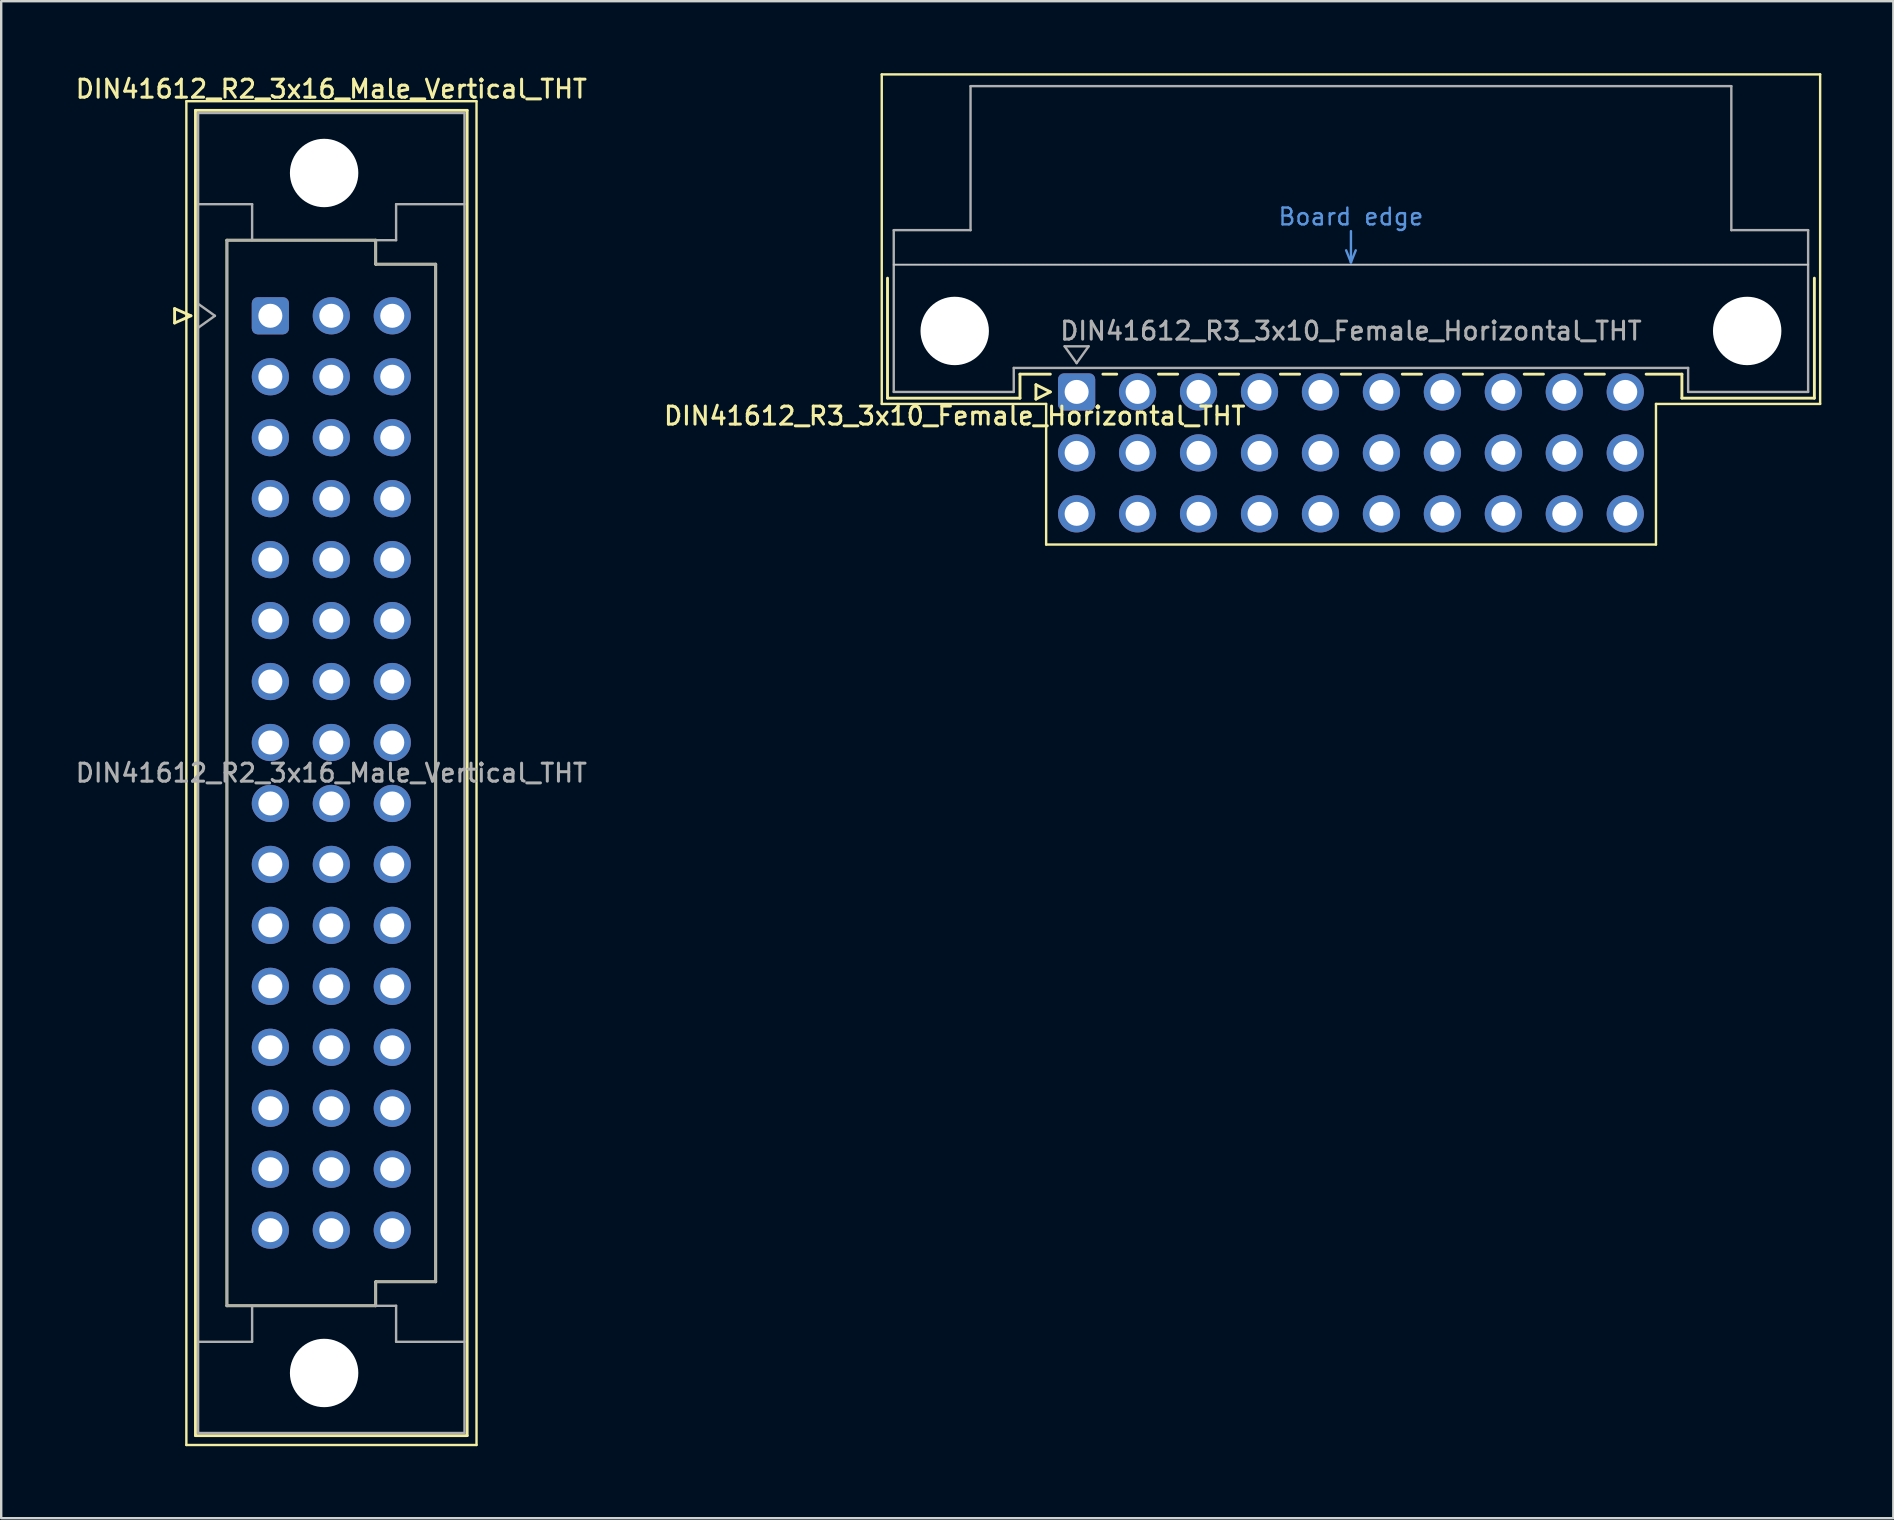
<source format=kicad_pcb>
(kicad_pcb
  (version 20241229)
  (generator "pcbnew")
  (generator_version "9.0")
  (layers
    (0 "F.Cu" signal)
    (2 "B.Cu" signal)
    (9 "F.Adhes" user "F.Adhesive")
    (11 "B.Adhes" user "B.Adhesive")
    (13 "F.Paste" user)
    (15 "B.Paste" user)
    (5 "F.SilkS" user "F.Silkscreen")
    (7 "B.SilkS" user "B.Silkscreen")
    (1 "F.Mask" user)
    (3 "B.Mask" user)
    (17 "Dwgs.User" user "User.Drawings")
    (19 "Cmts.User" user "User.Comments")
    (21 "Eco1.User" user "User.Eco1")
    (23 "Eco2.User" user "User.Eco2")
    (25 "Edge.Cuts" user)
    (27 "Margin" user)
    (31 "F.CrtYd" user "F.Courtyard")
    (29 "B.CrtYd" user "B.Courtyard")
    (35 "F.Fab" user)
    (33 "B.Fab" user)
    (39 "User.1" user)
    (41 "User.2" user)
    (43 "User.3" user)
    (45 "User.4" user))
  (footprint "DIN41612_R3_3x10_Female_Horizontal_THT"
    (layer "F.Cu")
    (at 41.81 13.28)
    (property "Reference" "DIN41612_R3_3x10_Female_Horizontal_THT" (at -5.08 1 0) (layer "F.SilkS") (effects (font (size 0.75 0.75) (thickness 0.125))))
    (attr through_hole)
    (fp_line (start -8.12 -13.23) (end -8.12 0.5) (stroke (width 0.1) (type solid)) (layer "F.SilkS"))
    (fp_line (start -8.12 0.5) (end -1.27 0.5) (stroke (width 0.1) (type solid)) (layer "F.SilkS"))
    (fp_line (start -7.88 -4.74) (end -7.88 0.26) (stroke (width 0.12) (type solid)) (layer "F.SilkS"))
    (fp_line (start -7.88 0.26) (end -2.36 0.26) (stroke (width 0.12) (type solid)) (layer "F.SilkS"))
    (fp_line (start -2.361 -0.74) (end -1.095 -0.74) (stroke (width 0.12) (type solid)) (layer "F.SilkS"))
    (fp_line (start -2.36 0.26) (end -2.36 -0.74) (stroke (width 0.12) (type solid)) (layer "F.SilkS"))
    (fp_line (start -1.695 -0.3) (end -1.695 0.3) (stroke (width 0.12) (type solid)) (layer "F.SilkS"))
    (fp_line (start -1.695 0.3) (end -1.095 0) (stroke (width 0.12) (type solid)) (layer "F.SilkS"))
    (fp_line (start -1.27 0.5) (end -1.27 6.36) (stroke (width 0.1) (type solid)) (layer "F.SilkS"))
    (fp_line (start -1.27 6.36) (end 24.14 6.36) (stroke (width 0.1) (type solid)) (layer "F.SilkS"))
    (fp_line (start -1.095 0) (end -1.695 -0.3) (stroke (width 0.12) (type solid)) (layer "F.SilkS"))
    (fp_line (start 1.095 -0.74) (end 1.671 -0.74) (stroke (width 0.12) (type solid)) (layer "F.SilkS"))
    (fp_line (start 3.41 -0.74) (end 4.211 -0.74) (stroke (width 0.12) (type solid)) (layer "F.SilkS"))
    (fp_line (start 5.95 -0.74) (end 6.751 -0.74) (stroke (width 0.12) (type solid)) (layer "F.SilkS"))
    (fp_line (start 8.49 -0.74) (end 9.291 -0.74) (stroke (width 0.12) (type solid)) (layer "F.SilkS"))
    (fp_line (start 11.03 -0.74) (end 11.831 -0.74) (stroke (width 0.12) (type solid)) (layer "F.SilkS"))
    (fp_line (start 13.57 -0.74) (end 14.371 -0.74) (stroke (width 0.12) (type solid)) (layer "F.SilkS"))
    (fp_line (start 16.11 -0.74) (end 16.911 -0.74) (stroke (width 0.12) (type solid)) (layer "F.SilkS"))
    (fp_line (start 18.65 -0.74) (end 19.451 -0.74) (stroke (width 0.12) (type solid)) (layer "F.SilkS"))
    (fp_line (start 21.19 -0.74) (end 21.991 -0.74) (stroke (width 0.12) (type solid)) (layer "F.SilkS"))
    (fp_line (start 23.73 -0.74) (end 25.22 -0.74) (stroke (width 0.12) (type solid)) (layer "F.SilkS"))
    (fp_line (start 24.14 0.5) (end 30.98 0.5) (stroke (width 0.1) (type solid)) (layer "F.SilkS"))
    (fp_line (start 24.14 6.36) (end 24.14 0.5) (stroke (width 0.1) (type solid)) (layer "F.SilkS"))
    (fp_line (start 25.22 0.26) (end 25.22 -0.74) (stroke (width 0.12) (type solid)) (layer "F.SilkS"))
    (fp_line (start 30.74 -4.74) (end 30.74 0.26) (stroke (width 0.12) (type solid)) (layer "F.SilkS"))
    (fp_line (start 30.74 0.26) (end 25.22 0.26) (stroke (width 0.12) (type solid)) (layer "F.SilkS"))
    (fp_line (start 30.98 -13.23) (end -8.12 -13.23) (stroke (width 0.1) (type solid)) (layer "F.SilkS"))
    (fp_line (start 30.98 0.5) (end 30.98 -13.23) (stroke (width 0.1) (type solid)) (layer "F.SilkS"))
    (fp_line (start -7.62 -5.3) (end 30.48 -5.3) (stroke (width 0.08) (type solid)) (layer "Dwgs.User"))
    (fp_line (start 11.23 -5.9) (end 11.43 -5.4) (stroke (width 0.1) (type solid)) (layer "Cmts.User"))
    (fp_line (start 11.43 -5.4) (end 11.43 -6.7) (stroke (width 0.1) (type solid)) (layer "Cmts.User"))
    (fp_line (start 11.43 -5.4) (end 11.63 -5.9) (stroke (width 0.1) (type solid)) (layer "Cmts.User"))
    (fp_line (start -7.62 -6.74) (end -7.62 0) (stroke (width 0.1) (type solid)) (layer "F.Fab"))
    (fp_line (start -7.62 0) (end -2.62 0) (stroke (width 0.1) (type solid)) (layer "F.Fab"))
    (fp_line (start -4.42 -12.74) (end -4.42 -6.74) (stroke (width 0.1) (type solid)) (layer "F.Fab"))
    (fp_line (start -4.42 -6.74) (end -7.62 -6.74) (stroke (width 0.1) (type solid)) (layer "F.Fab"))
    (fp_line (start -2.62 -1) (end 25.48 -1) (stroke (width 0.1) (type solid)) (layer "F.Fab"))
    (fp_line (start -2.62 0) (end -2.62 -1) (stroke (width 0.1) (type solid)) (layer "F.Fab"))
    (fp_line (start -0.5 -1.9) (end 0.5 -1.9) (stroke (width 0.1) (type solid)) (layer "F.Fab"))
    (fp_line (start 0 -1.2) (end -0.5 -1.9) (stroke (width 0.1) (type solid)) (layer "F.Fab"))
    (fp_line (start 0.5 -1.9) (end 0 -1.2) (stroke (width 0.1) (type solid)) (layer "F.Fab"))
    (fp_line (start 25.48 -1) (end 25.48 0) (stroke (width 0.1) (type solid)) (layer "F.Fab"))
    (fp_line (start 25.48 0) (end 30.48 0) (stroke (width 0.1) (type solid)) (layer "F.Fab"))
    (fp_line (start 27.28 -12.74) (end -4.42 -12.74) (stroke (width 0.1) (type solid)) (layer "F.Fab"))
    (fp_line (start 27.28 -6.74) (end 27.28 -12.74) (stroke (width 0.1) (type solid)) (layer "F.Fab"))
    (fp_line (start 30.48 -6.74) (end 27.28 -6.74) (stroke (width 0.1) (type solid)) (layer "F.Fab"))
    (fp_line (start 30.48 0) (end 30.48 -6.74) (stroke (width 0.1) (type solid)) (layer "F.Fab"))
    (fp_text user "Board edge" (at 11.43 -7.3 0) (layer "Cmts.User") (effects (font (size 0.7 0.7) (thickness 0.1))))
    (fp_text user "${REFERENCE}" (at 11.43 -2.54 0) (layer "F.Fab") (effects (font (size 0.75 0.75) (thickness 0.125))))
    (pad "" np_thru_hole circle (at -5.08 -2.54) (size 2.85 2.85) (drill 2.85) (layers "*.Cu" "*.Mask"))
    (pad "" np_thru_hole circle (at 27.94 -2.54) (size 2.85 2.85) (drill 2.85) (layers "*.Cu" "*.Mask"))
    (pad "a1" thru_hole roundrect (at 0 0) (size 1.55 1.55) (drill 1) (layers "*.Cu" "*.Mask") (roundrect_rratio 0.161))
    (pad "a2" thru_hole circle (at 2.54 0) (size 1.55 1.55) (drill 1) (layers "*.Cu" "*.Mask"))
    (pad "a3" thru_hole circle (at 5.08 0) (size 1.55 1.55) (drill 1) (layers "*.Cu" "*.Mask"))
    (pad "a4" thru_hole circle (at 7.62 0) (size 1.55 1.55) (drill 1) (layers "*.Cu" "*.Mask"))
    (pad "a5" thru_hole circle (at 10.16 0) (size 1.55 1.55) (drill 1) (layers "*.Cu" "*.Mask"))
    (pad "a6" thru_hole circle (at 12.7 0) (size 1.55 1.55) (drill 1) (layers "*.Cu" "*.Mask"))
    (pad "a7" thru_hole circle (at 15.24 0) (size 1.55 1.55) (drill 1) (layers "*.Cu" "*.Mask"))
    (pad "a8" thru_hole circle (at 17.78 0) (size 1.55 1.55) (drill 1) (layers "*.Cu" "*.Mask"))
    (pad "a9" thru_hole circle (at 20.32 0) (size 1.55 1.55) (drill 1) (layers "*.Cu" "*.Mask"))
    (pad "a10" thru_hole circle (at 22.86 0) (size 1.55 1.55) (drill 1) (layers "*.Cu" "*.Mask"))
    (pad "b1" thru_hole circle (at 0 2.54) (size 1.55 1.55) (drill 1) (layers "*.Cu" "*.Mask"))
    (pad "b2" thru_hole circle (at 2.54 2.54) (size 1.55 1.55) (drill 1) (layers "*.Cu" "*.Mask"))
    (pad "b3" thru_hole circle (at 5.08 2.54) (size 1.55 1.55) (drill 1) (layers "*.Cu" "*.Mask"))
    (pad "b4" thru_hole circle (at 7.62 2.54) (size 1.55 1.55) (drill 1) (layers "*.Cu" "*.Mask"))
    (pad "b5" thru_hole circle (at 10.16 2.54) (size 1.55 1.55) (drill 1) (layers "*.Cu" "*.Mask"))
    (pad "b6" thru_hole circle (at 12.7 2.54) (size 1.55 1.55) (drill 1) (layers "*.Cu" "*.Mask"))
    (pad "b7" thru_hole circle (at 15.24 2.54) (size 1.55 1.55) (drill 1) (layers "*.Cu" "*.Mask"))
    (pad "b8" thru_hole circle (at 17.78 2.54) (size 1.55 1.55) (drill 1) (layers "*.Cu" "*.Mask"))
    (pad "b9" thru_hole circle (at 20.32 2.54) (size 1.55 1.55) (drill 1) (layers "*.Cu" "*.Mask"))
    (pad "b10" thru_hole circle (at 22.86 2.54) (size 1.55 1.55) (drill 1) (layers "*.Cu" "*.Mask"))
    (pad "c1" thru_hole circle (at 0 5.08) (size 1.55 1.55) (drill 1) (layers "*.Cu" "*.Mask"))
    (pad "c2" thru_hole circle (at 2.54 5.08) (size 1.55 1.55) (drill 1) (layers "*.Cu" "*.Mask"))
    (pad "c3" thru_hole circle (at 5.08 5.08) (size 1.55 1.55) (drill 1) (layers "*.Cu" "*.Mask"))
    (pad "c4" thru_hole circle (at 7.62 5.08) (size 1.55 1.55) (drill 1) (layers "*.Cu" "*.Mask"))
    (pad "c5" thru_hole circle (at 10.16 5.08) (size 1.55 1.55) (drill 1) (layers "*.Cu" "*.Mask"))
    (pad "c6" thru_hole circle (at 12.7 5.08) (size 1.55 1.55) (drill 1) (layers "*.Cu" "*.Mask"))
    (pad "c7" thru_hole circle (at 15.24 5.08) (size 1.55 1.55) (drill 1) (layers "*.Cu" "*.Mask"))
    (pad "c8" thru_hole circle (at 17.78 5.08) (size 1.55 1.55) (drill 1) (layers "*.Cu" "*.Mask"))
    (pad "c9" thru_hole circle (at 20.32 5.08) (size 1.55 1.55) (drill 1) (layers "*.Cu" "*.Mask"))
    (pad "c10" thru_hole circle (at 22.86 5.08) (size 1.55 1.55) (drill 1) (layers "*.Cu" "*.Mask")))
  (footprint "DIN41612_R2_3x16_Male_Vertical_THT"
    (layer "F.Cu")
    (at 8.215 10.108)
    (property "Reference" "DIN41612_R2_3x16_Male_Vertical_THT" (at 2.54 -9.45 0) (layer "F.SilkS") (effects (font (size 0.75 0.75) (thickness 0.125))))
    (attr through_hole)
    (fp_line (start -3.99 -0.3) (end -3.99 0.3) (stroke (width 0.12) (type solid)) (layer "F.SilkS"))
    (fp_line (start -3.99 0.3) (end -3.31 0) (stroke (width 0.12) (type solid)) (layer "F.SilkS"))
    (fp_line (start -3.5 -8.94) (end 8.59 -8.94) (stroke (width 0.1) (type solid)) (layer "F.SilkS"))
    (fp_line (start -3.5 47.05) (end -3.5 -8.94) (stroke (width 0.1) (type solid)) (layer "F.SilkS"))
    (fp_line (start -3.31 0) (end -3.99 -0.3) (stroke (width 0.12) (type solid)) (layer "F.SilkS"))
    (fp_line (start -3.12 -8.56) (end 8.2 -8.56) (stroke (width 0.12) (type solid)) (layer "F.SilkS"))
    (fp_line (start -3.12 46.66) (end -3.12 -8.56) (stroke (width 0.12) (type solid)) (layer "F.SilkS"))
    (fp_line (start -1.81 -3.15) (end 4.39 -3.15) (stroke (width 0.12) (type solid)) (layer "F.SilkS"))
    (fp_line (start -1.81 41.25) (end -1.81 -3.15) (stroke (width 0.12) (type solid)) (layer "F.SilkS"))
    (fp_line (start 4.39 -3.15) (end 4.39 -2.15) (stroke (width 0.12) (type solid)) (layer "F.SilkS"))
    (fp_line (start 4.39 -2.15) (end 6.89 -2.15) (stroke (width 0.12) (type solid)) (layer "F.SilkS"))
    (fp_line (start 4.39 40.25) (end 4.39 41.25) (stroke (width 0.12) (type solid)) (layer "F.SilkS"))
    (fp_line (start 4.39 41.25) (end -1.81 41.25) (stroke (width 0.12) (type solid)) (layer "F.SilkS"))
    (fp_line (start 6.89 -2.15) (end 6.89 40.25) (stroke (width 0.12) (type solid)) (layer "F.SilkS"))
    (fp_line (start 6.89 40.25) (end 4.39 40.25) (stroke (width 0.12) (type solid)) (layer "F.SilkS"))
    (fp_line (start 8.2 -8.56) (end 8.2 46.66) (stroke (width 0.12) (type solid)) (layer "F.SilkS"))
    (fp_line (start 8.2 46.66) (end -3.12 46.66) (stroke (width 0.12) (type solid)) (layer "F.SilkS"))
    (fp_line (start 8.59 -8.94) (end 8.59 47.05) (stroke (width 0.1) (type solid)) (layer "F.SilkS"))
    (fp_line (start 8.59 47.05) (end -3.5 47.05) (stroke (width 0.1) (type solid)) (layer "F.SilkS"))
    (fp_line (start -3.01 -8.45) (end 8.09 -8.45) (stroke (width 0.1) (type solid)) (layer "F.Fab"))
    (fp_line (start -3.01 -4.65) (end -0.76 -4.65) (stroke (width 0.1) (type solid)) (layer "F.Fab"))
    (fp_line (start -3.01 -0.5) (end -2.31 0) (stroke (width 0.1) (type solid)) (layer "F.Fab"))
    (fp_line (start -3.01 42.75) (end -0.76 42.75) (stroke (width 0.1) (type solid)) (layer "F.Fab"))
    (fp_line (start -3.01 46.55) (end -3.01 -8.45) (stroke (width 0.1) (type solid)) (layer "F.Fab"))
    (fp_line (start -2.31 0) (end -3.01 0.5) (stroke (width 0.1) (type solid)) (layer "F.Fab"))
    (fp_line (start -1.81 -3.15) (end 4.39 -3.15) (stroke (width 0.1) (type solid)) (layer "F.Fab"))
    (fp_line (start -1.81 41.25) (end -1.81 -3.15) (stroke (width 0.1) (type solid)) (layer "F.Fab"))
    (fp_line (start -0.76 -4.65) (end -0.76 -3.15) (stroke (width 0.1) (type solid)) (layer "F.Fab"))
    (fp_line (start -0.76 42.75) (end -0.76 41.25) (stroke (width 0.1) (type solid)) (layer "F.Fab"))
    (fp_line (start 4.39 -3.15) (end 4.39 -2.15) (stroke (width 0.1) (type solid)) (layer "F.Fab"))
    (fp_line (start 4.39 -3.15) (end 5.24 -3.15) (stroke (width 0.1) (type solid)) (layer "F.Fab"))
    (fp_line (start 4.39 -2.15) (end 6.89 -2.15) (stroke (width 0.1) (type solid)) (layer "F.Fab"))
    (fp_line (start 4.39 40.25) (end 4.39 41.25) (stroke (width 0.1) (type solid)) (layer "F.Fab"))
    (fp_line (start 4.39 41.25) (end -1.81 41.25) (stroke (width 0.1) (type solid)) (layer "F.Fab"))
    (fp_line (start 4.39 41.25) (end 5.24 41.25) (stroke (width 0.1) (type solid)) (layer "F.Fab"))
    (fp_line (start 5.24 -4.65) (end 8.09 -4.65) (stroke (width 0.1) (type solid)) (layer "F.Fab"))
    (fp_line (start 5.24 -3.15) (end 5.24 -4.65) (stroke (width 0.1) (type solid)) (layer "F.Fab"))
    (fp_line (start 5.24 41.25) (end 5.24 42.75) (stroke (width 0.1) (type solid)) (layer "F.Fab"))
    (fp_line (start 5.24 42.75) (end 8.09 42.75) (stroke (width 0.1) (type solid)) (layer "F.Fab"))
    (fp_line (start 6.89 -2.15) (end 6.89 40.25) (stroke (width 0.1) (type solid)) (layer "F.Fab"))
    (fp_line (start 6.89 40.25) (end 4.39 40.25) (stroke (width 0.1) (type solid)) (layer "F.Fab"))
    (fp_line (start 8.09 -8.45) (end 8.09 46.55) (stroke (width 0.1) (type solid)) (layer "F.Fab"))
    (fp_line (start 8.09 46.55) (end -3.01 46.55) (stroke (width 0.1) (type solid)) (layer "F.Fab"))
    (fp_text user "${REFERENCE}" (at 2.54 19.05 0) (layer "F.Fab") (effects (font (size 0.75 0.75) (thickness 0.125))))
    (pad "" np_thru_hole circle (at 2.24 -5.95) (size 2.85 2.85) (drill 2.85) (layers "*.Cu" "*.Mask"))
    (pad "" np_thru_hole circle (at 2.24 44.05) (size 2.85 2.85) (drill 2.85) (layers "*.Cu" "*.Mask"))
    (pad "a1" thru_hole roundrect (at 0 0) (size 1.55 1.55) (drill 1) (layers "*.Cu" "*.Mask") (roundrect_rratio 0.161))
    (pad "a2" thru_hole circle (at 0 2.54) (size 1.55 1.55) (drill 1) (layers "*.Cu" "*.Mask"))
    (pad "a3" thru_hole circle (at 0 5.08) (size 1.55 1.55) (drill 1) (layers "*.Cu" "*.Mask"))
    (pad "a4" thru_hole circle (at 0 7.62) (size 1.55 1.55) (drill 1) (layers "*.Cu" "*.Mask"))
    (pad "a5" thru_hole circle (at 0 10.16) (size 1.55 1.55) (drill 1) (layers "*.Cu" "*.Mask"))
    (pad "a6" thru_hole circle (at 0 12.7) (size 1.55 1.55) (drill 1) (layers "*.Cu" "*.Mask"))
    (pad "a7" thru_hole circle (at 0 15.24) (size 1.55 1.55) (drill 1) (layers "*.Cu" "*.Mask"))
    (pad "a8" thru_hole circle (at 0 17.78) (size 1.55 1.55) (drill 1) (layers "*.Cu" "*.Mask"))
    (pad "a9" thru_hole circle (at 0 20.32) (size 1.55 1.55) (drill 1) (layers "*.Cu" "*.Mask"))
    (pad "a10" thru_hole circle (at 0 22.86) (size 1.55 1.55) (drill 1) (layers "*.Cu" "*.Mask"))
    (pad "a11" thru_hole circle (at 0 25.4) (size 1.55 1.55) (drill 1) (layers "*.Cu" "*.Mask"))
    (pad "a12" thru_hole circle (at 0 27.94) (size 1.55 1.55) (drill 1) (layers "*.Cu" "*.Mask"))
    (pad "a13" thru_hole circle (at 0 30.48) (size 1.55 1.55) (drill 1) (layers "*.Cu" "*.Mask"))
    (pad "a14" thru_hole circle (at 0 33.02) (size 1.55 1.55) (drill 1) (layers "*.Cu" "*.Mask"))
    (pad "a15" thru_hole circle (at 0 35.56) (size 1.55 1.55) (drill 1) (layers "*.Cu" "*.Mask"))
    (pad "a16" thru_hole circle (at 0 38.1) (size 1.55 1.55) (drill 1) (layers "*.Cu" "*.Mask"))
    (pad "b1" thru_hole circle (at 2.54 0) (size 1.55 1.55) (drill 1) (layers "*.Cu" "*.Mask"))
    (pad "b2" thru_hole circle (at 2.54 2.54) (size 1.55 1.55) (drill 1) (layers "*.Cu" "*.Mask"))
    (pad "b3" thru_hole circle (at 2.54 5.08) (size 1.55 1.55) (drill 1) (layers "*.Cu" "*.Mask"))
    (pad "b4" thru_hole circle (at 2.54 7.62) (size 1.55 1.55) (drill 1) (layers "*.Cu" "*.Mask"))
    (pad "b5" thru_hole circle (at 2.54 10.16) (size 1.55 1.55) (drill 1) (layers "*.Cu" "*.Mask"))
    (pad "b6" thru_hole circle (at 2.54 12.7) (size 1.55 1.55) (drill 1) (layers "*.Cu" "*.Mask"))
    (pad "b7" thru_hole circle (at 2.54 15.24) (size 1.55 1.55) (drill 1) (layers "*.Cu" "*.Mask"))
    (pad "b8" thru_hole circle (at 2.54 17.78) (size 1.55 1.55) (drill 1) (layers "*.Cu" "*.Mask"))
    (pad "b9" thru_hole circle (at 2.54 20.32) (size 1.55 1.55) (drill 1) (layers "*.Cu" "*.Mask"))
    (pad "b10" thru_hole circle (at 2.54 22.86) (size 1.55 1.55) (drill 1) (layers "*.Cu" "*.Mask"))
    (pad "b11" thru_hole circle (at 2.54 25.4) (size 1.55 1.55) (drill 1) (layers "*.Cu" "*.Mask"))
    (pad "b12" thru_hole circle (at 2.54 27.94) (size 1.55 1.55) (drill 1) (layers "*.Cu" "*.Mask"))
    (pad "b13" thru_hole circle (at 2.54 30.48) (size 1.55 1.55) (drill 1) (layers "*.Cu" "*.Mask"))
    (pad "b14" thru_hole circle (at 2.54 33.02) (size 1.55 1.55) (drill 1) (layers "*.Cu" "*.Mask"))
    (pad "b15" thru_hole circle (at 2.54 35.56) (size 1.55 1.55) (drill 1) (layers "*.Cu" "*.Mask"))
    (pad "b16" thru_hole circle (at 2.54 38.1) (size 1.55 1.55) (drill 1) (layers "*.Cu" "*.Mask"))
    (pad "c1" thru_hole circle (at 5.08 0) (size 1.55 1.55) (drill 1) (layers "*.Cu" "*.Mask"))
    (pad "c2" thru_hole circle (at 5.08 2.54) (size 1.55 1.55) (drill 1) (layers "*.Cu" "*.Mask"))
    (pad "c3" thru_hole circle (at 5.08 5.08) (size 1.55 1.55) (drill 1) (layers "*.Cu" "*.Mask"))
    (pad "c4" thru_hole circle (at 5.08 7.62) (size 1.55 1.55) (drill 1) (layers "*.Cu" "*.Mask"))
    (pad "c5" thru_hole circle (at 5.08 10.16) (size 1.55 1.55) (drill 1) (layers "*.Cu" "*.Mask"))
    (pad "c6" thru_hole circle (at 5.08 12.7) (size 1.55 1.55) (drill 1) (layers "*.Cu" "*.Mask"))
    (pad "c7" thru_hole circle (at 5.08 15.24) (size 1.55 1.55) (drill 1) (layers "*.Cu" "*.Mask"))
    (pad "c8" thru_hole circle (at 5.08 17.78) (size 1.55 1.55) (drill 1) (layers "*.Cu" "*.Mask"))
    (pad "c9" thru_hole circle (at 5.08 20.32) (size 1.55 1.55) (drill 1) (layers "*.Cu" "*.Mask"))
    (pad "c10" thru_hole circle (at 5.08 22.86) (size 1.55 1.55) (drill 1) (layers "*.Cu" "*.Mask"))
    (pad "c11" thru_hole circle (at 5.08 25.4) (size 1.55 1.55) (drill 1) (layers "*.Cu" "*.Mask"))
    (pad "c12" thru_hole circle (at 5.08 27.94) (size 1.55 1.55) (drill 1) (layers "*.Cu" "*.Mask"))
    (pad "c13" thru_hole circle (at 5.08 30.48) (size 1.55 1.55) (drill 1) (layers "*.Cu" "*.Mask"))
    (pad "c14" thru_hole circle (at 5.08 33.02) (size 1.55 1.55) (drill 1) (layers "*.Cu" "*.Mask"))
    (pad "c15" thru_hole circle (at 5.08 35.56) (size 1.55 1.55) (drill 1) (layers "*.Cu" "*.Mask"))
    (pad "c16" thru_hole circle (at 5.08 38.1) (size 1.55 1.55) (drill 1) (layers "*.Cu" "*.Mask")))
  (gr_rect
    (start -3 -3)
    (end 75.84 60.208)
    (stroke (width 0.1) (type default))
    (fill no)
    (layer "Edge.Cuts")))
</source>
